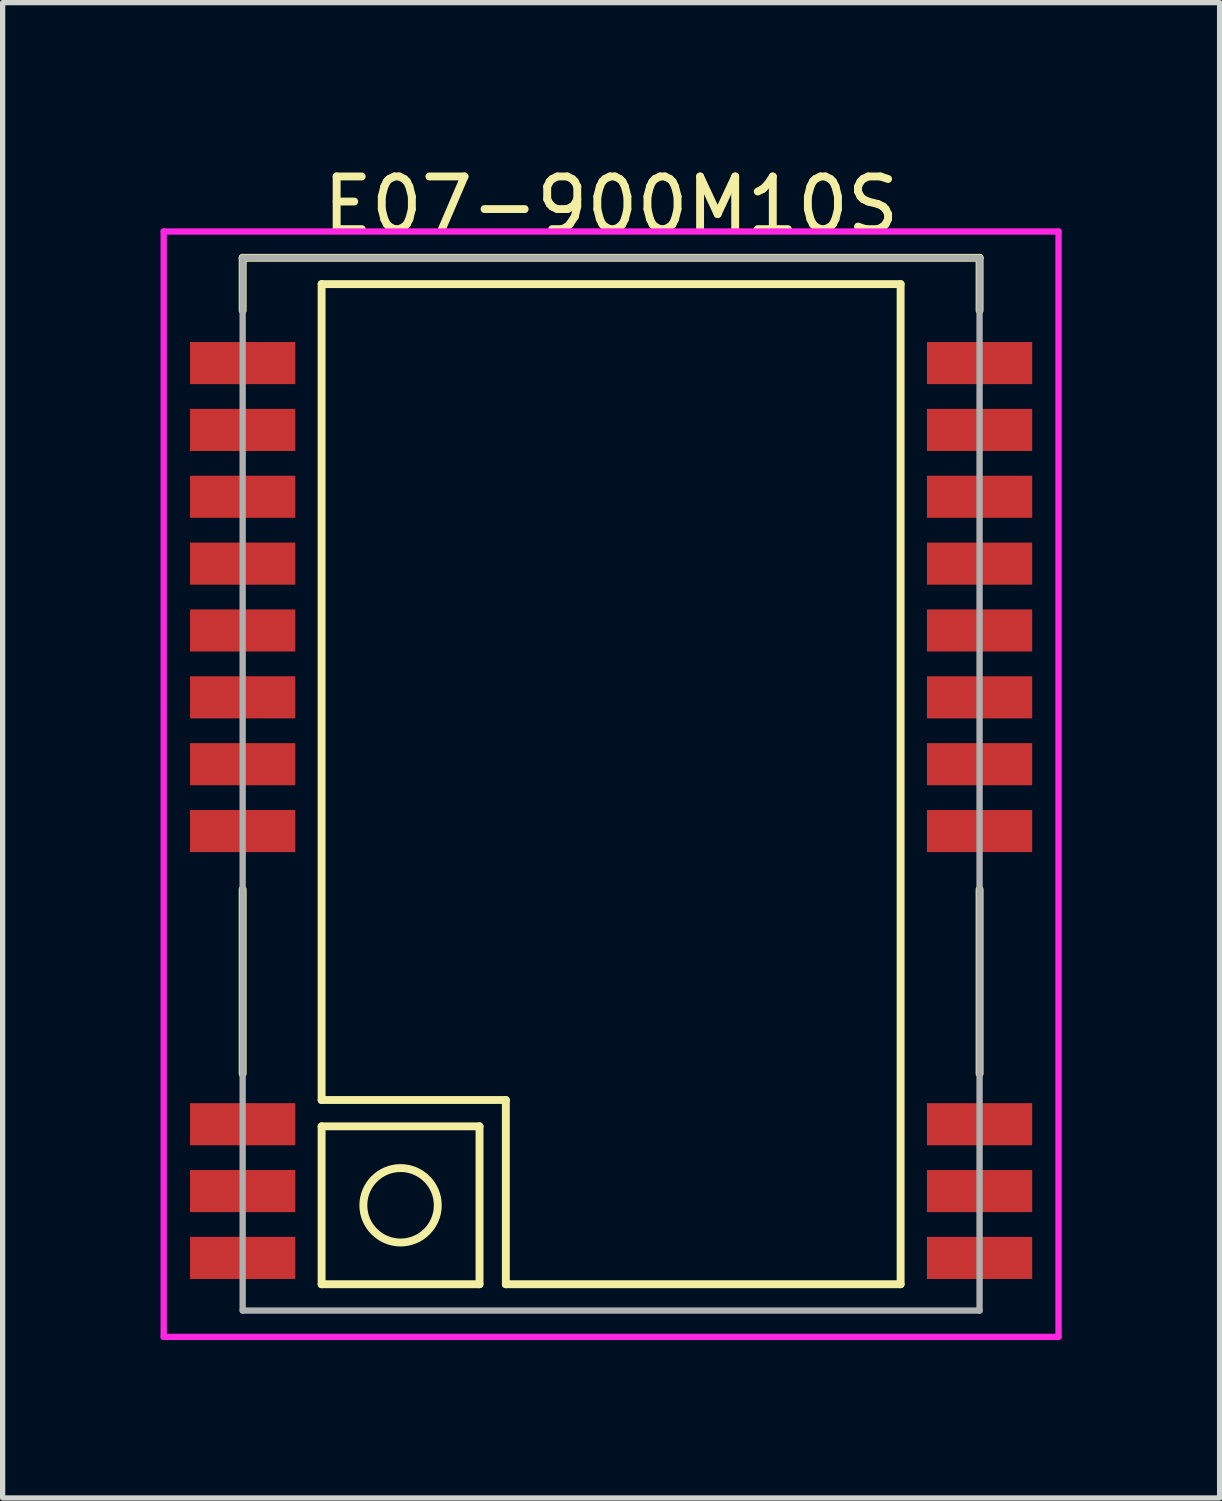
<source format=kicad_pcb>
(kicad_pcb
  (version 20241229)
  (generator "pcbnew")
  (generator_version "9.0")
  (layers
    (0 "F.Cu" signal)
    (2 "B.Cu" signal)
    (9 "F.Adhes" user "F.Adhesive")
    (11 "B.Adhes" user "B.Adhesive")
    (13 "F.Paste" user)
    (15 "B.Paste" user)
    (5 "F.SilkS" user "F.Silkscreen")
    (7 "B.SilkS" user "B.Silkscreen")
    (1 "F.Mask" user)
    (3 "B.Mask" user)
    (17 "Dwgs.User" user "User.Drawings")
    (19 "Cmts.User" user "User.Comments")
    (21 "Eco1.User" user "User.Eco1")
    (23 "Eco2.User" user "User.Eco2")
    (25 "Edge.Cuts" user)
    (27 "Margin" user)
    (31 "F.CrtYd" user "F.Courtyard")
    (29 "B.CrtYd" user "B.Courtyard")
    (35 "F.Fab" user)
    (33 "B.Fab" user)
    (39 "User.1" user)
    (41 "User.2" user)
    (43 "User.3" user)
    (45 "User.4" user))
  (footprint "E07-900M10S"
    (layer "F.Cu")
    (at 8.56 11.848)
    (property "Reference" "E07-900M10S" (at 0 -11 0) (layer "F.SilkS") (effects (font (size 1 1) (thickness 0.15))))
    (attr through_hole)
    (fp_line (start -7 -10) (end -7 -9) (stroke (width 0.15) (type solid)) (layer "F.SilkS"))
    (fp_line (start -7 -10) (end 7 -10) (stroke (width 0.15) (type solid)) (layer "F.SilkS"))
    (fp_line (start -7 2) (end -7 5.5) (stroke (width 0.15) (type solid)) (layer "F.SilkS"))
    (fp_line (start -5.5 -9.5) (end -5.5 6) (stroke (width 0.15) (type solid)) (layer "F.SilkS"))
    (fp_line (start -5.5 6) (end -2 6) (stroke (width 0.15) (type solid)) (layer "F.SilkS"))
    (fp_line (start -5.5 6.5) (end -5.5 9.5) (stroke (width 0.15) (type solid)) (layer "F.SilkS"))
    (fp_line (start -5.5 6.5) (end -2.5 6.5) (stroke (width 0.15) (type solid)) (layer "F.SilkS"))
    (fp_line (start -5.5 9.5) (end -2.5 9.5) (stroke (width 0.15) (type solid)) (layer "F.SilkS"))
    (fp_line (start -2.5 6.5) (end -2.5 9.5) (stroke (width 0.15) (type solid)) (layer "F.SilkS"))
    (fp_line (start -2 6) (end -2 9.5) (stroke (width 0.15) (type solid)) (layer "F.SilkS"))
    (fp_line (start -2 9.5) (end 5.5 9.5) (stroke (width 0.15) (type solid)) (layer "F.SilkS"))
    (fp_line (start 5.5 -9.5) (end -5.5 -9.5) (stroke (width 0.15) (type solid)) (layer "F.SilkS"))
    (fp_line (start 5.5 9.5) (end 5.5 -9.5) (stroke (width 0.15) (type solid)) (layer "F.SilkS"))
    (fp_line (start 7 -10) (end 7 -9) (stroke (width 0.15) (type solid)) (layer "F.SilkS"))
    (fp_line (start 7 2) (end 7 5.5) (stroke (width 0.15) (type solid)) (layer "F.SilkS"))
    (fp_circle (center -4 8) (end -3.5 7.5) (stroke (width 0.15) (type solid)) (fill no) (layer "F.SilkS"))
    (fp_line (start -8.5 -10.5) (end -8.5 10.5) (stroke (width 0.12) (type solid)) (layer "F.CrtYd"))
    (fp_line (start -8.5 10.5) (end 8.5 10.5) (stroke (width 0.12) (type solid)) (layer "F.CrtYd"))
    (fp_line (start 8.5 -10.5) (end -8.5 -10.5) (stroke (width 0.12) (type solid)) (layer "F.CrtYd"))
    (fp_line (start 8.5 10.5) (end 8.5 -10.5) (stroke (width 0.12) (type solid)) (layer "F.CrtYd"))
    (fp_line (start -7 -10) (end 7 -10) (stroke (width 0.12) (type solid)) (layer "F.Fab"))
    (fp_line (start -7 10) (end -7 -10) (stroke (width 0.12) (type solid)) (layer "F.Fab"))
    (fp_line (start 7 -10) (end 7 10) (stroke (width 0.12) (type solid)) (layer "F.Fab"))
    (fp_line (start 7 10) (end -7 10) (stroke (width 0.12) (type solid)) (layer "F.Fab"))
    (pad "1" smd rect (at 7 9) (size 2 0.8) (layers "F.Cu" "F.Mask" "F.Paste"))
    (pad "2" smd rect (at 7 7.73) (size 2 0.8) (layers "F.Cu" "F.Mask" "F.Paste"))
    (pad "3" smd rect (at 7 6.46) (size 2 0.8) (layers "F.Cu" "F.Mask" "F.Paste"))
    (pad "4" smd rect (at 7 0.89) (size 2 0.8) (layers "F.Cu" "F.Mask" "F.Paste"))
    (pad "5" smd rect (at 7 -0.38) (size 2 0.8) (layers "F.Cu" "F.Mask" "F.Paste"))
    (pad "6" smd rect (at 7 -1.65) (size 2 0.8) (layers "F.Cu" "F.Mask" "F.Paste"))
    (pad "7" smd rect (at 7 -2.92) (size 2 0.8) (layers "F.Cu" "F.Mask" "F.Paste"))
    (pad "8" smd rect (at 7 -4.19) (size 2 0.8) (layers "F.Cu" "F.Mask" "F.Paste"))
    (pad "9" smd rect (at 7 -5.46) (size 2 0.8) (layers "F.Cu" "F.Mask" "F.Paste"))
    (pad "10" smd rect (at 7 -6.73) (size 2 0.8) (layers "F.Cu" "F.Mask" "F.Paste"))
    (pad "11" smd rect (at 7 -8) (size 2 0.8) (layers "F.Cu" "F.Mask" "F.Paste"))
    (pad "12" smd rect (at -7 -8) (size 2 0.8) (layers "F.Cu" "F.Mask" "F.Paste"))
    (pad "13" smd rect (at -7 -6.73) (size 2 0.8) (layers "F.Cu" "F.Mask" "F.Paste"))
    (pad "14" smd rect (at -7 -5.46) (size 2 0.8) (layers "F.Cu" "F.Mask" "F.Paste"))
    (pad "15" smd rect (at -7 -4.19) (size 2 0.8) (layers "F.Cu" "F.Mask" "F.Paste"))
    (pad "16" smd rect (at -7 -2.92) (size 2 0.8) (layers "F.Cu" "F.Mask" "F.Paste"))
    (pad "17" smd rect (at -7 -1.65) (size 2 0.8) (layers "F.Cu" "F.Mask" "F.Paste"))
    (pad "18" smd rect (at -7 -0.38) (size 2 0.8) (layers "F.Cu" "F.Mask" "F.Paste"))
    (pad "19" smd rect (at -7 0.89) (size 2 0.8) (layers "F.Cu" "F.Mask" "F.Paste"))
    (pad "20" smd rect (at -7 6.46) (size 2 0.8) (layers "F.Cu" "F.Mask" "F.Paste"))
    (pad "21" smd rect (at -7 7.73) (size 2 0.8) (layers "F.Cu" "F.Mask" "F.Paste"))
    (pad "22" smd rect (at -7 9) (size 2 0.8) (layers "F.Cu" "F.Mask" "F.Paste")))
  (gr_rect
    (start -3 -3)
    (end 20.12 25.408)
    (stroke (width 0.1) (type default))
    (fill no)
    (layer "Edge.Cuts")))
</source>
